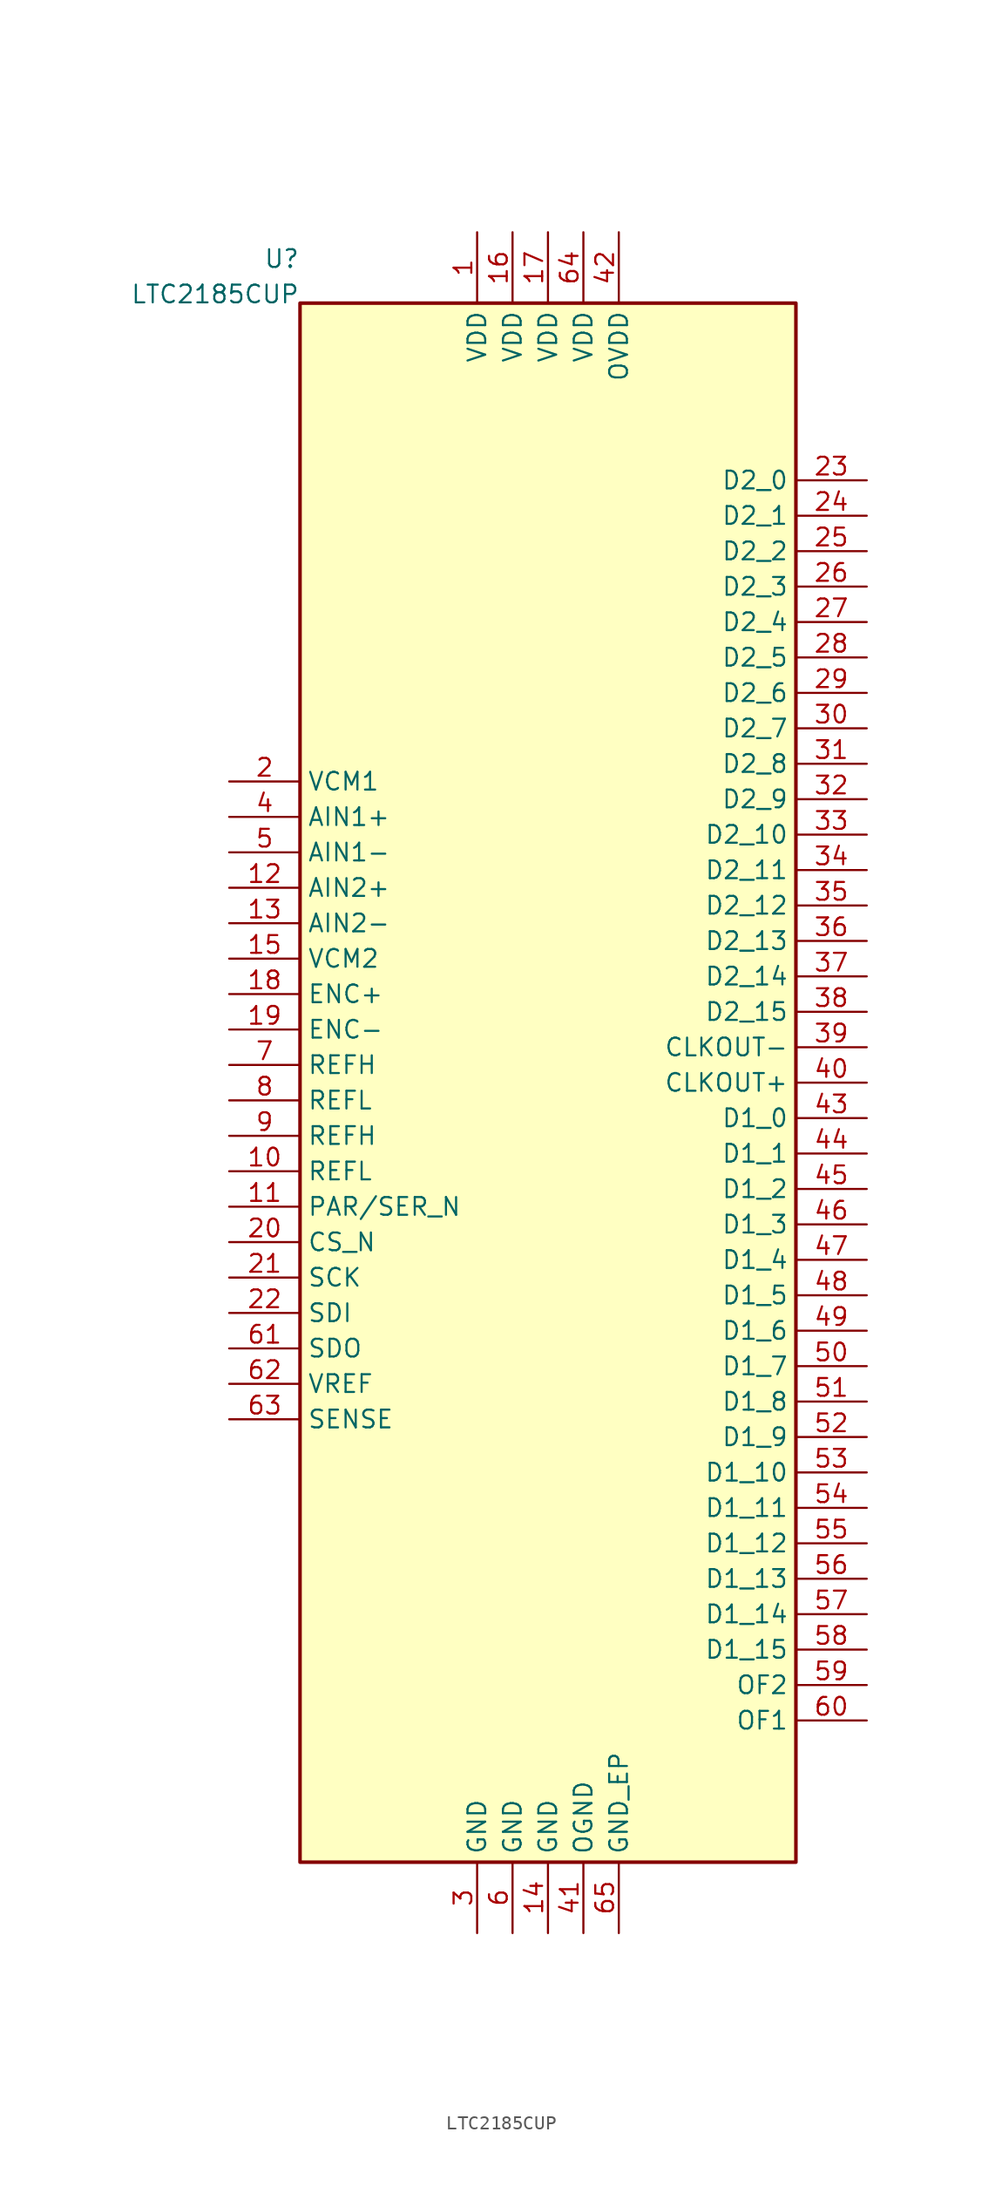
<source format=kicad_sym>
(kicad_symbol_lib
  (version 20241209)
  (generator "kicad_symbol_editor")
  (generator_version "8.0")
  (symbol "LTC2185CUP"
    (property "Reference" "U"
      (at -17.78 59.055 0)
      (effects (font (size 1.27 1.27)) (justify right) (hide no)))
    (property "Value" "LTC2185CUP"
      (at -17.78 56.515 0)
      (effects (font (size 1.27 1.27)) (justify right) (hide no)))
    (symbol "LTC2185CUP_1_1"
      (rectangle (start -17.78 -55.88) (end 17.78 55.88) (stroke (width 0.254) (type solid)) (fill (type background)))
      (pin input line (at -22.86 21.59 0) (length 5.08) (name "VCM1" (effects (font (size 1.27 1.27)))) (number "2" (effects (font (size 1.27 1.27)))))
      (pin input line (at -22.86 19.05 0) (length 5.08) (name "AIN1+" (effects (font (size 1.27 1.27)))) (number "4" (effects (font (size 1.27 1.27)))))
      (pin input line (at -22.86 16.51 0) (length 5.08) (name "AIN1-" (effects (font (size 1.27 1.27)))) (number "5" (effects (font (size 1.27 1.27)))))
      (pin input line (at -22.86 13.97 0) (length 5.08) (name "AIN2+" (effects (font (size 1.27 1.27)))) (number "12" (effects (font (size 1.27 1.27)))))
      (pin input line (at -22.86 11.43 0) (length 5.08) (name "AIN2-" (effects (font (size 1.27 1.27)))) (number "13" (effects (font (size 1.27 1.27)))))
      (pin input line (at -22.86 8.89 0) (length 5.08) (name "VCM2" (effects (font (size 1.27 1.27)))) (number "15" (effects (font (size 1.27 1.27)))))
      (pin input line (at -22.86 6.35 0) (length 5.08) (name "ENC+" (effects (font (size 1.27 1.27)))) (number "18" (effects (font (size 1.27 1.27)))))
      (pin input line (at -22.86 3.81 0) (length 5.08) (name "ENC-" (effects (font (size 1.27 1.27)))) (number "19" (effects (font (size 1.27 1.27)))))
      (pin bidirectional line (at -22.86 1.27 0) (length 5.08) (name "REFH" (effects (font (size 1.27 1.27)))) (number "7" (effects (font (size 1.27 1.27)))))
      (pin bidirectional line (at -22.86 -1.27 0) (length 5.08) (name "REFL" (effects (font (size 1.27 1.27)))) (number "8" (effects (font (size 1.27 1.27)))))
      (pin bidirectional line (at -22.86 -3.81 0) (length 5.08) (name "REFH" (effects (font (size 1.27 1.27)))) (number "9" (effects (font (size 1.27 1.27)))))
      (pin bidirectional line (at -22.86 -6.35 0) (length 5.08) (name "REFL" (effects (font (size 1.27 1.27)))) (number "10" (effects (font (size 1.27 1.27)))))
      (pin bidirectional line (at -22.86 -8.89 0) (length 5.08) (name "PAR/SER_N" (effects (font (size 1.27 1.27)))) (number "11" (effects (font (size 1.27 1.27)))))
      (pin input line (at -22.86 -11.43 0) (length 5.08) (name "CS_N" (effects (font (size 1.27 1.27)))) (number "20" (effects (font (size 1.27 1.27)))))
      (pin input line (at -22.86 -13.97 0) (length 5.08) (name "SCK" (effects (font (size 1.27 1.27)))) (number "21" (effects (font (size 1.27 1.27)))))
      (pin input line (at -22.86 -16.51 0) (length 5.08) (name "SDI" (effects (font (size 1.27 1.27)))) (number "22" (effects (font (size 1.27 1.27)))))
      (pin output line (at -22.86 -19.05 0) (length 5.08) (name "SDO" (effects (font (size 1.27 1.27)))) (number "61" (effects (font (size 1.27 1.27)))))
      (pin bidirectional line (at -22.86 -21.59 0) (length 5.08) (name "VREF" (effects (font (size 1.27 1.27)))) (number "62" (effects (font (size 1.27 1.27)))))
      (pin bidirectional line (at -22.86 -24.13 0) (length 5.08) (name "SENSE" (effects (font (size 1.27 1.27)))) (number "63" (effects (font (size 1.27 1.27)))))
      (pin output line (at 22.86 43.18 180) (length 5.08) (name "D2_0" (effects (font (size 1.27 1.27)))) (number "23" (effects (font (size 1.27 1.27)))))
      (pin output line (at 22.86 40.64 180) (length 5.08) (name "D2_1" (effects (font (size 1.27 1.27)))) (number "24" (effects (font (size 1.27 1.27)))))
      (pin output line (at 22.86 38.1 180) (length 5.08) (name "D2_2" (effects (font (size 1.27 1.27)))) (number "25" (effects (font (size 1.27 1.27)))))
      (pin output line (at 22.86 35.56 180) (length 5.08) (name "D2_3" (effects (font (size 1.27 1.27)))) (number "26" (effects (font (size 1.27 1.27)))))
      (pin output line (at 22.86 33.02 180) (length 5.08) (name "D2_4" (effects (font (size 1.27 1.27)))) (number "27" (effects (font (size 1.27 1.27)))))
      (pin output line (at 22.86 30.48 180) (length 5.08) (name "D2_5" (effects (font (size 1.27 1.27)))) (number "28" (effects (font (size 1.27 1.27)))))
      (pin output line (at 22.86 27.94 180) (length 5.08) (name "D2_6" (effects (font (size 1.27 1.27)))) (number "29" (effects (font (size 1.27 1.27)))))
      (pin output line (at 22.86 25.4 180) (length 5.08) (name "D2_7" (effects (font (size 1.27 1.27)))) (number "30" (effects (font (size 1.27 1.27)))))
      (pin output line (at 22.86 22.86 180) (length 5.08) (name "D2_8" (effects (font (size 1.27 1.27)))) (number "31" (effects (font (size 1.27 1.27)))))
      (pin output line (at 22.86 20.32 180) (length 5.08) (name "D2_9" (effects (font (size 1.27 1.27)))) (number "32" (effects (font (size 1.27 1.27)))))
      (pin output line (at 22.86 17.78 180) (length 5.08) (name "D2_10" (effects (font (size 1.27 1.27)))) (number "33" (effects (font (size 1.27 1.27)))))
      (pin output line (at 22.86 15.24 180) (length 5.08) (name "D2_11" (effects (font (size 1.27 1.27)))) (number "34" (effects (font (size 1.27 1.27)))))
      (pin output line (at 22.86 12.7 180) (length 5.08) (name "D2_12" (effects (font (size 1.27 1.27)))) (number "35" (effects (font (size 1.27 1.27)))))
      (pin output line (at 22.86 10.16 180) (length 5.08) (name "D2_13" (effects (font (size 1.27 1.27)))) (number "36" (effects (font (size 1.27 1.27)))))
      (pin output line (at 22.86 7.62 180) (length 5.08) (name "D2_14" (effects (font (size 1.27 1.27)))) (number "37" (effects (font (size 1.27 1.27)))))
      (pin output line (at 22.86 5.08 180) (length 5.08) (name "D2_15" (effects (font (size 1.27 1.27)))) (number "38" (effects (font (size 1.27 1.27)))))
      (pin output line (at 22.86 2.54 180) (length 5.08) (name "CLKOUT-" (effects (font (size 1.27 1.27)))) (number "39" (effects (font (size 1.27 1.27)))))
      (pin output line (at 22.86 1.0658141036401503e-14 180) (length 5.08) (name "CLKOUT+" (effects (font (size 1.27 1.27)))) (number "40" (effects (font (size 1.27 1.27)))))
      (pin output line (at 22.86 -2.54 180) (length 5.08) (name "D1_0" (effects (font (size 1.27 1.27)))) (number "43" (effects (font (size 1.27 1.27)))))
      (pin output line (at 22.86 -5.08 180) (length 5.08) (name "D1_1" (effects (font (size 1.27 1.27)))) (number "44" (effects (font (size 1.27 1.27)))))
      (pin output line (at 22.86 -7.62 180) (length 5.08) (name "D1_2" (effects (font (size 1.27 1.27)))) (number "45" (effects (font (size 1.27 1.27)))))
      (pin output line (at 22.86 -10.16 180) (length 5.08) (name "D1_3" (effects (font (size 1.27 1.27)))) (number "46" (effects (font (size 1.27 1.27)))))
      (pin output line (at 22.86 -12.7 180) (length 5.08) (name "D1_4" (effects (font (size 1.27 1.27)))) (number "47" (effects (font (size 1.27 1.27)))))
      (pin output line (at 22.86 -15.24 180) (length 5.08) (name "D1_5" (effects (font (size 1.27 1.27)))) (number "48" (effects (font (size 1.27 1.27)))))
      (pin output line (at 22.86 -17.78 180) (length 5.08) (name "D1_6" (effects (font (size 1.27 1.27)))) (number "49" (effects (font (size 1.27 1.27)))))
      (pin output line (at 22.86 -20.32 180) (length 5.08) (name "D1_7" (effects (font (size 1.27 1.27)))) (number "50" (effects (font (size 1.27 1.27)))))
      (pin output line (at 22.86 -22.86 180) (length 5.08) (name "D1_8" (effects (font (size 1.27 1.27)))) (number "51" (effects (font (size 1.27 1.27)))))
      (pin output line (at 22.86 -25.4 180) (length 5.08) (name "D1_9" (effects (font (size 1.27 1.27)))) (number "52" (effects (font (size 1.27 1.27)))))
      (pin output line (at 22.86 -27.94 180) (length 5.08) (name "D1_10" (effects (font (size 1.27 1.27)))) (number "53" (effects (font (size 1.27 1.27)))))
      (pin output line (at 22.86 -30.48 180) (length 5.08) (name "D1_11" (effects (font (size 1.27 1.27)))) (number "54" (effects (font (size 1.27 1.27)))))
      (pin output line (at 22.86 -33.02 180) (length 5.08) (name "D1_12" (effects (font (size 1.27 1.27)))) (number "55" (effects (font (size 1.27 1.27)))))
      (pin output line (at 22.86 -35.56 180) (length 5.08) (name "D1_13" (effects (font (size 1.27 1.27)))) (number "56" (effects (font (size 1.27 1.27)))))
      (pin output line (at 22.86 -38.1 180) (length 5.08) (name "D1_14" (effects (font (size 1.27 1.27)))) (number "57" (effects (font (size 1.27 1.27)))))
      (pin output line (at 22.86 -40.64 180) (length 5.08) (name "D1_15" (effects (font (size 1.27 1.27)))) (number "58" (effects (font (size 1.27 1.27)))))
      (pin output line (at 22.86 -43.18 180) (length 5.08) (name "OF2" (effects (font (size 1.27 1.27)))) (number "59" (effects (font (size 1.27 1.27)))))
      (pin output line (at 22.86 -45.72 180) (length 5.08) (name "OF1" (effects (font (size 1.27 1.27)))) (number "60" (effects (font (size 1.27 1.27)))))
      (pin power_in line (at -5.08 60.96 270) (length 5.08) (name "VDD" (effects (font (size 1.27 1.27)))) (number "1" (effects (font (size 1.27 1.27)))))
      (pin power_in line (at -2.54 60.96 270) (length 5.08) (name "VDD" (effects (font (size 1.27 1.27)))) (number "16" (effects (font (size 1.27 1.27)))))
      (pin power_in line (at 0.0 60.96 270) (length 5.08) (name "VDD" (effects (font (size 1.27 1.27)))) (number "17" (effects (font (size 1.27 1.27)))))
      (pin power_in line (at 2.54 60.96 270) (length 5.08) (name "VDD" (effects (font (size 1.27 1.27)))) (number "64" (effects (font (size 1.27 1.27)))))
      (pin power_in line (at 5.08 60.96 270) (length 5.08) (name "OVDD" (effects (font (size 1.27 1.27)))) (number "42" (effects (font (size 1.27 1.27)))))
      (pin power_in line (at -5.08 -60.96 90) (length 5.08) (name "GND" (effects (font (size 1.27 1.27)))) (number "3" (effects (font (size 1.27 1.27)))))
      (pin power_in line (at -2.54 -60.96 90) (length 5.08) (name "GND" (effects (font (size 1.27 1.27)))) (number "6" (effects (font (size 1.27 1.27)))))
      (pin power_in line (at 0.0 -60.96 90) (length 5.08) (name "GND" (effects (font (size 1.27 1.27)))) (number "14" (effects (font (size 1.27 1.27)))))
      (pin power_in line (at 2.54 -60.96 90) (length 5.08) (name "OGND" (effects (font (size 1.27 1.27)))) (number "41" (effects (font (size 1.27 1.27)))))
      (pin power_in line (at 5.08 -60.96 90) (length 5.08) (name "GND_EP" (effects (font (size 1.27 1.27)))) (number "65" (effects (font (size 1.27 1.27))))))))
</source>
